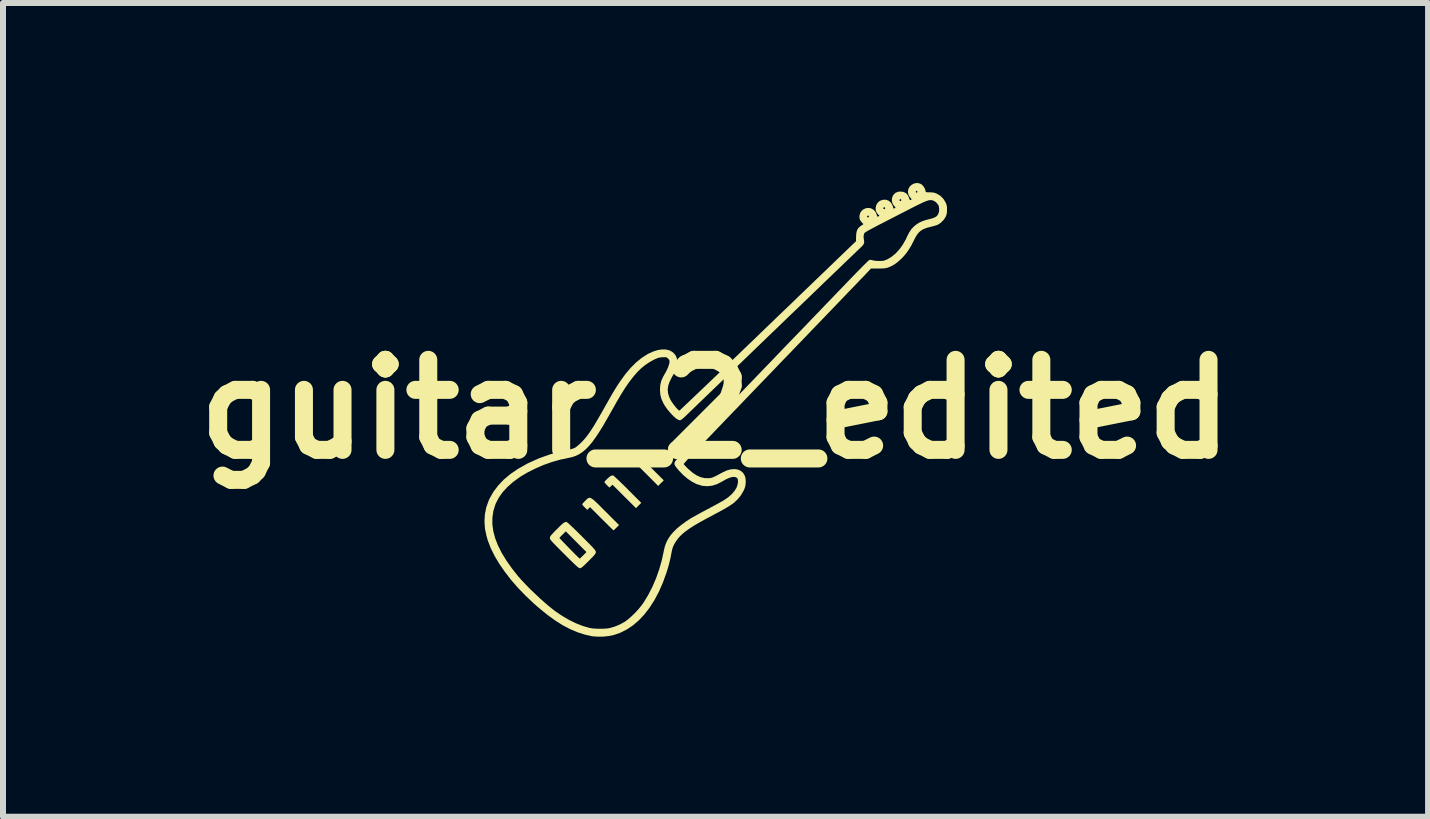
<source format=kicad_pcb>
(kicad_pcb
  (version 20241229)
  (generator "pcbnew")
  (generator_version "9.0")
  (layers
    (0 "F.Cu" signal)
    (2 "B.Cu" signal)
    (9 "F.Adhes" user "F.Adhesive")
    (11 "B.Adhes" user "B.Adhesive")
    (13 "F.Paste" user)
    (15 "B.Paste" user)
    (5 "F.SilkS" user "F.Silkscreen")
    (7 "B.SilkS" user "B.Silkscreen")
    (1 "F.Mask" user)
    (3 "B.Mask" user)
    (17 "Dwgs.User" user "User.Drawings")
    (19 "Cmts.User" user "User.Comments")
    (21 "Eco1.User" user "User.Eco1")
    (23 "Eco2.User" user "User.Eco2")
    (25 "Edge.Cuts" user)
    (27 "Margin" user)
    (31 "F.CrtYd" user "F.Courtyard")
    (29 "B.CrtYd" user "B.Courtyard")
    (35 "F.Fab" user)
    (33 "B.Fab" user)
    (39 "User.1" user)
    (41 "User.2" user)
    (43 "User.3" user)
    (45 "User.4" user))
  (footprint "guitar_2_edited"
    (layer "F.Cu")
    (at 8.871 3.767)
    (property "Reference" "guitar_2_edited" (at 0 0 0) (layer "F.SilkS") (effects (font (size 1.5 1.5) (thickness 0.3))))
    (attr board_only exclude_from_pos_files exclude_from_bom)
    (fp_poly (pts (xy -1.344 0.733) (xy -1.326 0.74) (xy -1.303 0.755) (xy -1.276 0.778) (xy -1.241 0.809) (xy -1.199 0.851) (xy -1.147 0.902) (xy -1.09 0.959) (xy -0.862 1.186) (xy -0.909 1.232) (xy -0.955 1.279) (xy -1.15 1.083) (xy -1.346 0.888) (xy -1.371 0.913) (xy -1.397 0.937) (xy -1.439 0.896) (xy -1.46 0.874) (xy -1.475 0.856) (xy -1.481 0.845) (xy -1.481 0.845) (xy -1.475 0.835) (xy -1.46 0.817) (xy -1.438 0.794) (xy -1.427 0.784) (xy -1.407 0.765) (xy -1.39 0.749) (xy -1.375 0.738) (xy -1.36 0.733)) (stroke (width 0) (type solid)) (fill yes) (layer "F.SilkS"))
    (fp_poly (pts (xy -1.705 1.105) (xy -1.695 1.112) (xy -1.675 1.13) (xy -1.646 1.157) (xy -1.609 1.191) (xy -1.566 1.233) (xy -1.518 1.279) (xy -1.467 1.33) (xy -1.462 1.336) (xy -1.237 1.561) (xy -1.281 1.605) (xy -1.325 1.649) (xy -1.521 1.454) (xy -1.716 1.259) (xy -1.742 1.283) (xy -1.767 1.307) (xy -1.809 1.266) (xy -1.83 1.244) (xy -1.845 1.226) (xy -1.851 1.216) (xy -1.851 1.216) (xy -1.845 1.205) (xy -1.83 1.187) (xy -1.809 1.166) (xy -1.785 1.144) (xy -1.763 1.125) (xy -1.745 1.112) (xy -1.743 1.111) (xy -1.721 1.105)) (stroke (width 0) (type solid)) (fill yes) (layer "F.SilkS"))
    (fp_poly (pts (xy -2.089 1.477) (xy -2.07 1.485) (xy -2.047 1.5) (xy -2.019 1.523) (xy -1.984 1.555) (xy -1.941 1.597) (xy -1.888 1.65) (xy -1.834 1.704) (xy -1.607 1.931) (xy -1.651 1.975) (xy -1.673 1.996) (xy -1.69 2.012) (xy -1.699 2.019) (xy -1.699 2.019) (xy -1.706 2.013) (xy -1.723 1.997) (xy -1.75 1.972) (xy -1.783 1.939) (xy -1.823 1.899) (xy -1.868 1.855) (xy -1.897 1.826) (xy -2.09 1.633) (xy -2.114 1.655) (xy -2.137 1.678) (xy -2.179 1.636) (xy -2.2 1.615) (xy -2.215 1.597) (xy -2.221 1.586) (xy -2.221 1.586) (xy -2.216 1.576) (xy -2.201 1.558) (xy -2.179 1.535) (xy -2.171 1.527) (xy -2.151 1.508) (xy -2.135 1.493) (xy -2.12 1.482) (xy -2.105 1.476)) (stroke (width 0) (type solid)) (fill yes) (layer "F.SilkS"))
    (fp_poly (pts (xy -2.479 1.881) (xy -2.469 1.888) (xy -2.448 1.905) (xy -2.419 1.932) (xy -2.382 1.967) (xy -2.338 2.009) (xy -2.29 2.056) (xy -2.239 2.107) (xy -2.227 2.119) (xy -2.168 2.178) (xy -2.119 2.227) (xy -2.081 2.266) (xy -2.051 2.297) (xy -2.029 2.322) (xy -2.013 2.34) (xy -2.003 2.354) (xy -1.997 2.365) (xy -1.995 2.374) (xy -1.994 2.381) (xy -1.995 2.392) (xy -1.999 2.403) (xy -2.008 2.417) (xy -2.023 2.436) (xy -2.045 2.46) (xy -2.077 2.493) (xy -2.114 2.53) (xy -2.157 2.572) (xy -2.189 2.603) (xy -2.214 2.625) (xy -2.232 2.64) (xy -2.246 2.647) (xy -2.257 2.65) (xy -2.259 2.65) (xy -2.267 2.649) (xy -2.277 2.644) (xy -2.29 2.634) (xy -2.309 2.619) (xy -2.333 2.597) (xy -2.364 2.568) (xy -2.404 2.529) (xy -2.453 2.481) (xy -2.512 2.422) (xy -2.522 2.413) (xy -2.581 2.353) (xy -2.63 2.304) (xy -2.669 2.264) (xy -2.7 2.232) (xy -2.723 2.208) (xy -2.739 2.189) (xy -2.749 2.175) (xy -2.756 2.164) (xy -2.759 2.155) (xy -2.76 2.147) (xy -2.6 2.147) (xy -2.594 2.154) (xy -2.578 2.171) (xy -2.554 2.196) (xy -2.524 2.228) (xy -2.489 2.264) (xy -2.451 2.303) (xy -2.413 2.342) (xy -2.375 2.38) (xy -2.34 2.416) (xy -2.309 2.446) (xy -2.285 2.47) (xy -2.269 2.485) (xy -2.263 2.49) (xy -2.255 2.484) (xy -2.239 2.47) (xy -2.217 2.448) (xy -2.204 2.436) (xy -2.15 2.381) (xy -2.322 2.209) (xy -2.494 2.036) (xy -2.547 2.088) (xy -2.571 2.112) (xy -2.589 2.132) (xy -2.599 2.144) (xy -2.6 2.147) (xy -2.76 2.147) (xy -2.76 2.147) (xy -2.76 2.146) (xy -2.758 2.135) (xy -2.754 2.123) (xy -2.745 2.108) (xy -2.729 2.089) (xy -2.705 2.063) (xy -2.672 2.028) (xy -2.652 2.009) (xy -2.607 1.964) (xy -2.572 1.93) (xy -2.544 1.905) (xy -2.522 1.89) (xy -2.505 1.882) (xy -2.49 1.879)) (stroke (width 0) (type solid)) (fill yes) (layer "F.SilkS"))
    (fp_poly (pts (xy 3.383 -3.766) (xy 3.423 -3.751) (xy 3.442 -3.737) (xy 3.464 -3.713) (xy 3.484 -3.681) (xy 3.497 -3.649) (xy 3.5 -3.63) (xy 3.501 -3.621) (xy 3.507 -3.616) (xy 3.522 -3.614) (xy 3.547 -3.613) (xy 3.569 -3.613) (xy 3.61 -3.611) (xy 3.641 -3.607) (xy 3.669 -3.598) (xy 3.686 -3.591) (xy 3.746 -3.555) (xy 3.794 -3.508) (xy 3.83 -3.451) (xy 3.844 -3.421) (xy 3.852 -3.396) (xy 3.856 -3.37) (xy 3.857 -3.335) (xy 3.857 -3.323) (xy 3.856 -3.284) (xy 3.852 -3.254) (xy 3.844 -3.228) (xy 3.834 -3.204) (xy 3.803 -3.156) (xy 3.761 -3.112) (xy 3.714 -3.079) (xy 3.696 -3.07) (xy 3.67 -3.061) (xy 3.633 -3.05) (xy 3.594 -3.04) (xy 3.584 -3.038) (xy 3.517 -3.02) (xy 3.463 -2.999) (xy 3.419 -2.972) (xy 3.381 -2.937) (xy 3.347 -2.89) (xy 3.314 -2.83) (xy 3.306 -2.813) (xy 3.264 -2.73) (xy 3.222 -2.66) (xy 3.178 -2.598) (xy 3.13 -2.541) (xy 3.097 -2.507) (xy 3.04 -2.455) (xy 2.987 -2.415) (xy 2.933 -2.384) (xy 2.881 -2.362) (xy 2.858 -2.354) (xy 2.836 -2.349) (xy 2.81 -2.346) (xy 2.777 -2.344) (xy 2.732 -2.343) (xy 2.71 -2.343) (xy 2.589 -2.343) (xy 2.555 -2.305) (xy 2.546 -2.296) (xy 2.527 -2.276) (xy 2.497 -2.244) (xy 2.457 -2.202) (xy 2.407 -2.151) (xy 2.349 -2.09) (xy 2.282 -2.02) (xy 2.207 -1.943) (xy 2.125 -1.857) (xy 2.037 -1.765) (xy 1.942 -1.666) (xy 1.842 -1.562) (xy 1.736 -1.452) (xy 1.626 -1.338) (xy 1.512 -1.219) (xy 1.395 -1.097) (xy 1.275 -0.972) (xy 1.152 -0.845) (xy 1.028 -0.716) (xy 0.903 -0.585) (xy 0.776 -0.454) (xy 0.65 -0.323) (xy 0.524 -0.192) (xy 0.4 -0.062) (xy 0.276 0.066) (xy 0.155 0.192) (xy 0.037 0.315) (xy -0.078 0.435) (xy -0.19 0.551) (xy -0.297 0.662) (xy -0.372 0.74) (xy -0.414 0.784) (xy -0.452 0.824) (xy -0.483 0.858) (xy -0.508 0.886) (xy -0.524 0.905) (xy -0.53 0.914) (xy -0.53 0.914) (xy -0.524 0.923) (xy -0.508 0.941) (xy -0.485 0.966) (xy -0.456 0.994) (xy -0.452 0.998) (xy -0.381 1.059) (xy -0.313 1.104) (xy -0.246 1.134) (xy -0.179 1.149) (xy -0.112 1.15) (xy -0.091 1.148) (xy -0.072 1.145) (xy -0.052 1.139) (xy -0.028 1.129) (xy 0.001 1.116) (xy 0.039 1.096) (xy 0.087 1.07) (xy 0.12 1.053) (xy 0.188 1.021) (xy 0.254 1.003) (xy 0.316 0.998) (xy 0.371 1.006) (xy 0.419 1.027) (xy 0.457 1.059) (xy 0.484 1.1) (xy 0.499 1.146) (xy 0.504 1.201) (xy 0.502 1.23) (xy 0.499 1.268) (xy 0.492 1.299) (xy 0.481 1.33) (xy 0.463 1.368) (xy 0.42 1.44) (xy 0.364 1.507) (xy 0.301 1.565) (xy 0.29 1.573) (xy 0.253 1.598) (xy 0.205 1.629) (xy 0.145 1.664) (xy 0.071 1.705) (xy -0.017 1.752) (xy -0.08 1.786) (xy -0.189 1.844) (xy -0.285 1.897) (xy -0.367 1.946) (xy -0.437 1.992) (xy -0.497 2.035) (xy -0.548 2.076) (xy -0.591 2.117) (xy -0.627 2.158) (xy -0.658 2.201) (xy -0.659 2.203) (xy -0.685 2.245) (xy -0.704 2.284) (xy -0.718 2.323) (xy -0.729 2.37) (xy -0.736 2.407) (xy -0.751 2.484) (xy -0.769 2.56) (xy -0.791 2.64) (xy -0.817 2.724) (xy -0.876 2.888) (xy -0.943 3.041) (xy -1.017 3.18) (xy -1.098 3.307) (xy -1.185 3.42) (xy -1.277 3.518) (xy -1.376 3.603) (xy -1.48 3.672) (xy -1.588 3.726) (xy -1.701 3.765) (xy -1.706 3.766) (xy -1.78 3.78) (xy -1.861 3.789) (xy -1.944 3.791) (xy -2.022 3.787) (xy -2.057 3.783) (xy -2.178 3.756) (xy -2.3 3.717) (xy -2.422 3.665) (xy -2.546 3.6) (xy -2.672 3.52) (xy -2.802 3.426) (xy -2.936 3.317) (xy -3.02 3.244) (xy -3.16 3.112) (xy -3.289 2.979) (xy -3.406 2.845) (xy -3.51 2.71) (xy -3.602 2.577) (xy -3.68 2.446) (xy -3.744 2.317) (xy -3.792 2.193) (xy -3.815 2.115) (xy -3.841 1.99) (xy -3.846 1.916) (xy -3.718 1.916) (xy -3.703 2.03) (xy -3.672 2.148) (xy -3.625 2.269) (xy -3.562 2.395) (xy -3.483 2.524) (xy -3.388 2.658) (xy -3.291 2.781) (xy -3.232 2.848) (xy -3.163 2.921) (xy -3.087 2.999) (xy -3.005 3.077) (xy -2.922 3.155) (xy -2.84 3.228) (xy -2.762 3.294) (xy -2.69 3.351) (xy -2.663 3.371) (xy -2.552 3.446) (xy -2.439 3.512) (xy -2.326 3.567) (xy -2.215 3.611) (xy -2.109 3.642) (xy -2.091 3.646) (xy -2.047 3.653) (xy -1.992 3.657) (xy -1.932 3.659) (xy -1.872 3.658) (xy -1.817 3.655) (xy -1.772 3.649) (xy -1.767 3.648) (xy -1.683 3.624) (xy -1.599 3.59) (xy -1.52 3.547) (xy -1.51 3.541) (xy -1.459 3.503) (xy -1.402 3.454) (xy -1.344 3.398) (xy -1.288 3.338) (xy -1.238 3.277) (xy -1.198 3.222) (xy -1.122 3.097) (xy -1.052 2.961) (xy -0.99 2.817) (xy -0.938 2.669) (xy -0.896 2.522) (xy -0.875 2.427) (xy -0.86 2.355) (xy -0.846 2.295) (xy -0.829 2.245) (xy -0.81 2.2) (xy -0.786 2.157) (xy -0.756 2.112) (xy -0.753 2.107) (xy -0.706 2.051) (xy -0.646 1.991) (xy -0.573 1.931) (xy -0.49 1.87) (xy -0.421 1.825) (xy -0.394 1.809) (xy -0.354 1.787) (xy -0.306 1.76) (xy -0.252 1.73) (xy -0.194 1.699) (xy -0.143 1.672) (xy -0.085 1.641) (xy -0.027 1.61) (xy 0.027 1.581) (xy 0.074 1.555) (xy 0.111 1.534) (xy 0.134 1.521) (xy 0.209 1.47) (xy 0.271 1.416) (xy 0.319 1.359) (xy 0.353 1.302) (xy 0.371 1.244) (xy 0.374 1.209) (xy 0.373 1.18) (xy 0.369 1.161) (xy 0.36 1.148) (xy 0.355 1.143) (xy 0.324 1.13) (xy 0.284 1.129) (xy 0.234 1.143) (xy 0.173 1.17) (xy 0.109 1.206) (xy 0.027 1.249) (xy -0.055 1.275) (xy -0.137 1.284) (xy -0.22 1.277) (xy -0.304 1.252) (xy -0.32 1.246) (xy -0.393 1.208) (xy -0.468 1.157) (xy -0.542 1.094) (xy -0.612 1.021) (xy -0.642 0.985) (xy -0.665 0.955) (xy -0.68 0.93) (xy -0.685 0.909) (xy -0.681 0.887) (xy -0.667 0.862) (xy -0.642 0.832) (xy -0.605 0.793) (xy -0.601 0.789) (xy -0.587 0.774) (xy -0.562 0.748) (xy -0.526 0.711) (xy -0.48 0.664) (xy -0.426 0.607) (xy -0.362 0.541) (xy -0.29 0.467) (xy -0.211 0.385) (xy -0.126 0.296) (xy -0.033 0.2) (xy 0.064 0.098) (xy 0.167 -0.009) (xy 0.274 -0.12) (xy 0.386 -0.236) (xy 0.5 -0.355) (xy 0.617 -0.476) (xy 0.669 -0.53) (xy 0.791 -0.657) (xy 0.914 -0.784) (xy 1.035 -0.911) (xy 1.155 -1.036) (xy 1.273 -1.158) (xy 1.388 -1.277) (xy 1.499 -1.392) (xy 1.605 -1.503) (xy 1.706 -1.607) (xy 1.8 -1.706) (xy 1.888 -1.797) (xy 1.968 -1.88) (xy 2.039 -1.954) (xy 2.101 -2.018) (xy 2.153 -2.072) (xy 2.194 -2.115) (xy 2.195 -2.116) (xy 2.258 -2.181) (xy 2.317 -2.242) (xy 2.372 -2.299) (xy 2.423 -2.35) (xy 2.466 -2.394) (xy 2.503 -2.43) (xy 2.531 -2.458) (xy 2.549 -2.475) (xy 2.556 -2.481) (xy 2.572 -2.487) (xy 2.59 -2.487) (xy 2.615 -2.481) (xy 2.642 -2.475) (xy 2.679 -2.471) (xy 2.719 -2.469) (xy 2.731 -2.469) (xy 2.769 -2.47) (xy 2.796 -2.472) (xy 2.821 -2.479) (xy 2.848 -2.49) (xy 2.874 -2.502) (xy 2.939 -2.543) (xy 3.004 -2.597) (xy 3.065 -2.664) (xy 3.12 -2.74) (xy 3.168 -2.824) (xy 3.189 -2.87) (xy 3.224 -2.94) (xy 3.262 -2.998) (xy 3.306 -3.045) (xy 3.344 -3.075) (xy 3.386 -3.103) (xy 3.428 -3.124) (xy 3.474 -3.142) (xy 3.531 -3.158) (xy 3.556 -3.164) (xy 3.609 -3.178) (xy 3.649 -3.193) (xy 3.678 -3.21) (xy 3.699 -3.231) (xy 3.708 -3.246) (xy 3.723 -3.286) (xy 3.727 -3.332) (xy 3.721 -3.377) (xy 3.716 -3.393) (xy 3.696 -3.424) (xy 3.668 -3.452) (xy 3.635 -3.472) (xy 3.613 -3.48) (xy 3.598 -3.482) (xy 3.583 -3.483) (xy 3.567 -3.482) (xy 3.549 -3.479) (xy 3.527 -3.472) (xy 3.501 -3.463) (xy 3.468 -3.449) (xy 3.428 -3.43) (xy 3.378 -3.406) (xy 3.319 -3.377) (xy 3.249 -3.341) (xy 3.166 -3.298) (xy 3.092 -3.26) (xy 2.982 -3.204) (xy 2.887 -3.155) (xy 2.804 -3.112) (xy 2.733 -3.076) (xy 2.674 -3.045) (xy 2.625 -3.019) (xy 2.584 -2.997) (xy 2.552 -2.98) (xy 2.527 -2.966) (xy 2.509 -2.954) (xy 2.495 -2.945) (xy 2.486 -2.938) (xy 2.481 -2.932) (xy 2.477 -2.926) (xy 2.475 -2.921) (xy 2.474 -2.915) (xy 2.473 -2.911) (xy 2.467 -2.883) (xy 2.469 -2.849) (xy 2.472 -2.827) (xy 2.477 -2.794) (xy 2.475 -2.768) (xy 2.465 -2.744) (xy 2.446 -2.72) (xy 2.415 -2.689) (xy 2.413 -2.688) (xy 2.404 -2.679) (xy 2.382 -2.658) (xy 2.35 -2.628) (xy 2.308 -2.587) (xy 2.257 -2.538) (xy 2.196 -2.48) (xy 2.127 -2.414) (xy 2.051 -2.34) (xy 1.968 -2.261) (xy 1.879 -2.175) (xy 1.784 -2.084) (xy 1.685 -1.988) (xy 1.581 -1.888) (xy 1.473 -1.784) (xy 1.363 -1.678) (xy 1.25 -1.57) (xy 1.136 -1.46) (xy 1.021 -1.349) (xy 0.905 -1.238) (xy 0.79 -1.127) (xy 0.676 -1.017) (xy 0.564 -0.909) (xy 0.454 -0.803) (xy 0.347 -0.7) (xy 0.243 -0.6) (xy 0.144 -0.505) (xy 0.05 -0.414) (xy -0.038 -0.329) (xy -0.121 -0.25) (xy -0.196 -0.177) (xy -0.264 -0.112) (xy -0.323 -0.055) (xy -0.373 -0.006) (xy -0.414 0.033) (xy -0.445 0.063) (xy -0.46 0.078) (xy -0.501 0.117) (xy -0.532 0.146) (xy -0.556 0.165) (xy -0.573 0.177) (xy -0.586 0.184) (xy -0.596 0.185) (xy -0.619 0.178) (xy -0.65 0.16) (xy -0.685 0.131) (xy -0.723 0.094) (xy -0.761 0.052) (xy -0.799 0.007) (xy -0.833 -0.04) (xy -0.862 -0.087) (xy -0.87 -0.101) (xy -0.901 -0.171) (xy -0.919 -0.24) (xy -0.925 -0.316) (xy -0.925 -0.329) (xy -0.92 -0.404) (xy -0.903 -0.473) (xy -0.872 -0.541) (xy -0.857 -0.567) (xy -0.817 -0.639) (xy -0.789 -0.701) (xy -0.772 -0.752) (xy -0.768 -0.772) (xy -0.766 -0.799) (xy -0.769 -0.816) (xy -0.78 -0.831) (xy -0.79 -0.842) (xy -0.804 -0.855) (xy -0.817 -0.863) (xy -0.832 -0.866) (xy -0.856 -0.866) (xy -0.883 -0.865) (xy -0.917 -0.862) (xy -0.946 -0.857) (xy -0.974 -0.847) (xy -1.009 -0.832) (xy -1.028 -0.823) (xy -1.1 -0.783) (xy -1.17 -0.736) (xy -1.238 -0.681) (xy -1.304 -0.616) (xy -1.37 -0.54) (xy -1.438 -0.452) (xy -1.507 -0.352) (xy -1.579 -0.237) (xy -1.651 -0.114) (xy -1.68 -0.061) (xy -1.715 -0.000143) (xy -1.751 0.063) (xy -1.785 0.124) (xy -1.801 0.151) (xy -1.87 0.272) (xy -1.935 0.377) (xy -1.996 0.469) (xy -2.053 0.548) (xy -2.109 0.614) (xy -2.163 0.67) (xy -2.217 0.715) (xy -2.272 0.751) (xy -2.327 0.778) (xy -2.386 0.798) (xy -2.447 0.812) (xy -2.448 0.812) (xy -2.582 0.84) (xy -2.721 0.879) (xy -2.862 0.929) (xy -2.999 0.988) (xy -3.129 1.053) (xy -3.248 1.123) (xy -3.26 1.132) (xy -3.372 1.213) (xy -3.467 1.297) (xy -3.547 1.384) (xy -3.611 1.475) (xy -3.66 1.57) (xy -3.669 1.593) (xy -3.701 1.697) (xy -3.717 1.805) (xy -3.718 1.916) (xy -3.846 1.916) (xy -3.849 1.868) (xy -3.842 1.75) (xy -3.819 1.635) (xy -3.779 1.523) (xy -3.761 1.484) (xy -3.699 1.375) (xy -3.62 1.271) (xy -3.527 1.173) (xy -3.417 1.081) (xy -3.292 0.996) (xy -3.152 0.916) (xy -3.125 0.902) (xy -2.941 0.819) (xy -2.752 0.752) (xy -2.559 0.701) (xy -2.51 0.69) (xy -2.463 0.68) (xy -2.419 0.669) (xy -2.381 0.659) (xy -2.354 0.649) (xy -2.35 0.648) (xy -2.324 0.631) (xy -2.289 0.604) (xy -2.25 0.568) (xy -2.229 0.548) (xy -2.196 0.513) (xy -2.164 0.476) (xy -2.132 0.435) (xy -2.098 0.388) (xy -2.062 0.334) (xy -2.022 0.271) (xy -1.978 0.197) (xy -1.928 0.111) (xy -1.872 0.013) (xy -1.825 -0.071) (xy -1.785 -0.141) (xy -1.751 -0.201) (xy -1.722 -0.252) (xy -1.696 -0.295) (xy -1.673 -0.333) (xy -1.651 -0.368) (xy -1.63 -0.402) (xy -1.607 -0.436) (xy -1.589 -0.463) (xy -1.502 -0.583) (xy -1.414 -0.688) (xy -1.325 -0.777) (xy -1.233 -0.852) (xy -1.138 -0.913) (xy -1.119 -0.924) (xy -1.04 -0.96) (xy -0.964 -0.984) (xy -0.893 -0.995) (xy -0.827 -0.994) (xy -0.768 -0.98) (xy -0.718 -0.953) (xy -0.686 -0.923) (xy -0.662 -0.891) (xy -0.648 -0.859) (xy -0.641 -0.821) (xy -0.641 -0.773) (xy -0.641 -0.762) (xy -0.644 -0.729) (xy -0.649 -0.698) (xy -0.658 -0.668) (xy -0.672 -0.635) (xy -0.692 -0.595) (xy -0.719 -0.546) (xy -0.728 -0.53) (xy -0.764 -0.458) (xy -0.787 -0.393) (xy -0.796 -0.332) (xy -0.792 -0.271) (xy -0.774 -0.21) (xy -0.754 -0.164) (xy -0.737 -0.134) (xy -0.715 -0.101) (xy -0.69 -0.067) (xy -0.664 -0.034) (xy -0.64 -0.007) (xy -0.619 0.013) (xy -0.605 0.023) (xy -0.601 0.024) (xy -0.594 0.018) (xy -0.575 0.000495) (xy -0.546 -0.027) (xy -0.506 -0.065) (xy -0.456 -0.112) (xy -0.397 -0.168) (xy -0.33 -0.232) (xy -0.255 -0.304) (xy -0.172 -0.382) (xy -0.083 -0.468) (xy 0.013 -0.559) (xy 0.114 -0.656) (xy 0.22 -0.758) (xy 0.33 -0.864) (xy 0.444 -0.973) (xy 0.556 -1.081) (xy 0.679 -1.199) (xy 0.801 -1.317) (xy 0.922 -1.433) (xy 1.042 -1.549) (xy 1.159 -1.661) (xy 1.273 -1.77) (xy 1.382 -1.876) (xy 1.486 -1.976) (xy 1.585 -2.071) (xy 1.676 -2.159) (xy 1.76 -2.24) (xy 1.836 -2.312) (xy 1.902 -2.376) (xy 1.958 -2.43) (xy 2.004 -2.474) (xy 2.021 -2.491) (xy 2.341 -2.798) (xy 2.342 -2.873) (xy 2.346 -2.932) (xy 2.357 -2.978) (xy 2.377 -3.014) (xy 2.407 -3.043) (xy 2.424 -3.055) (xy 2.465 -3.082) (xy 2.436 -3.114) (xy 2.412 -3.145) (xy 2.4 -3.176) (xy 2.399 -3.213) (xy 2.399 -3.215) (xy 2.526 -3.215) (xy 2.526 -3.202) (xy 2.535 -3.195) (xy 2.549 -3.196) (xy 2.556 -3.208) (xy 2.555 -3.217) (xy 2.544 -3.226) (xy 2.537 -3.225) (xy 2.526 -3.215) (xy 2.399 -3.215) (xy 2.4 -3.228) (xy 2.412 -3.272) (xy 2.438 -3.308) (xy 2.464 -3.329) (xy 2.506 -3.348) (xy 2.55 -3.353) (xy 2.593 -3.345) (xy 2.632 -3.323) (xy 2.663 -3.291) (xy 2.683 -3.249) (xy 2.685 -3.243) (xy 2.691 -3.219) (xy 2.697 -3.208) (xy 2.706 -3.208) (xy 2.719 -3.214) (xy 2.729 -3.221) (xy 2.728 -3.228) (xy 2.715 -3.239) (xy 2.687 -3.271) (xy 2.671 -3.31) (xy 2.668 -3.346) (xy 2.795 -3.346) (xy 2.797 -3.34) (xy 2.81 -3.332) (xy 2.822 -3.336) (xy 2.827 -3.349) (xy 2.822 -3.362) (xy 2.815 -3.365) (xy 2.8 -3.36) (xy 2.795 -3.346) (xy 2.668 -3.346) (xy 2.668 -3.352) (xy 2.676 -3.394) (xy 2.696 -3.432) (xy 2.727 -3.463) (xy 2.745 -3.474) (xy 2.794 -3.489) (xy 2.84 -3.489) (xy 2.883 -3.474) (xy 2.919 -3.445) (xy 2.945 -3.405) (xy 2.954 -3.38) (xy 2.962 -3.355) (xy 2.967 -3.344) (xy 2.973 -3.342) (xy 2.984 -3.347) (xy 2.986 -3.348) (xy 2.997 -3.355) (xy 2.998 -3.362) (xy 2.988 -3.373) (xy 2.979 -3.383) (xy 2.952 -3.421) (xy 2.939 -3.465) (xy 2.939 -3.481) (xy 3.064 -3.481) (xy 3.067 -3.475) (xy 3.079 -3.466) (xy 3.091 -3.471) (xy 3.096 -3.483) (xy 3.091 -3.497) (xy 3.084 -3.5) (xy 3.069 -3.494) (xy 3.064 -3.481) (xy 2.939 -3.481) (xy 2.939 -3.51) (xy 2.954 -3.554) (xy 2.966 -3.572) (xy 2.999 -3.604) (xy 3.041 -3.622) (xy 3.084 -3.626) (xy 3.134 -3.619) (xy 3.175 -3.598) (xy 3.206 -3.564) (xy 3.225 -3.519) (xy 3.233 -3.494) (xy 3.244 -3.484) (xy 3.258 -3.487) (xy 3.262 -3.49) (xy 3.267 -3.498) (xy 3.259 -3.51) (xy 3.255 -3.513) (xy 3.232 -3.542) (xy 3.214 -3.579) (xy 3.206 -3.616) (xy 3.205 -3.622) (xy 3.206 -3.623) (xy 3.336 -3.623) (xy 3.341 -3.612) (xy 3.353 -3.606) (xy 3.362 -3.612) (xy 3.363 -3.626) (xy 3.362 -3.631) (xy 3.355 -3.64) (xy 3.345 -3.635) (xy 3.344 -3.634) (xy 3.336 -3.623) (xy 3.206 -3.623) (xy 3.213 -3.666) (xy 3.233 -3.704) (xy 3.263 -3.735) (xy 3.3 -3.756) (xy 3.341 -3.767)) (stroke (width 0) (type solid)) (fill yes) (layer "F.SilkS")))
  (gr_rect
    (start -3 -3)
    (end 20.743 10.558)
    (stroke (width 0.1) (type default))
    (fill no)
    (layer "Edge.Cuts")))
</source>
